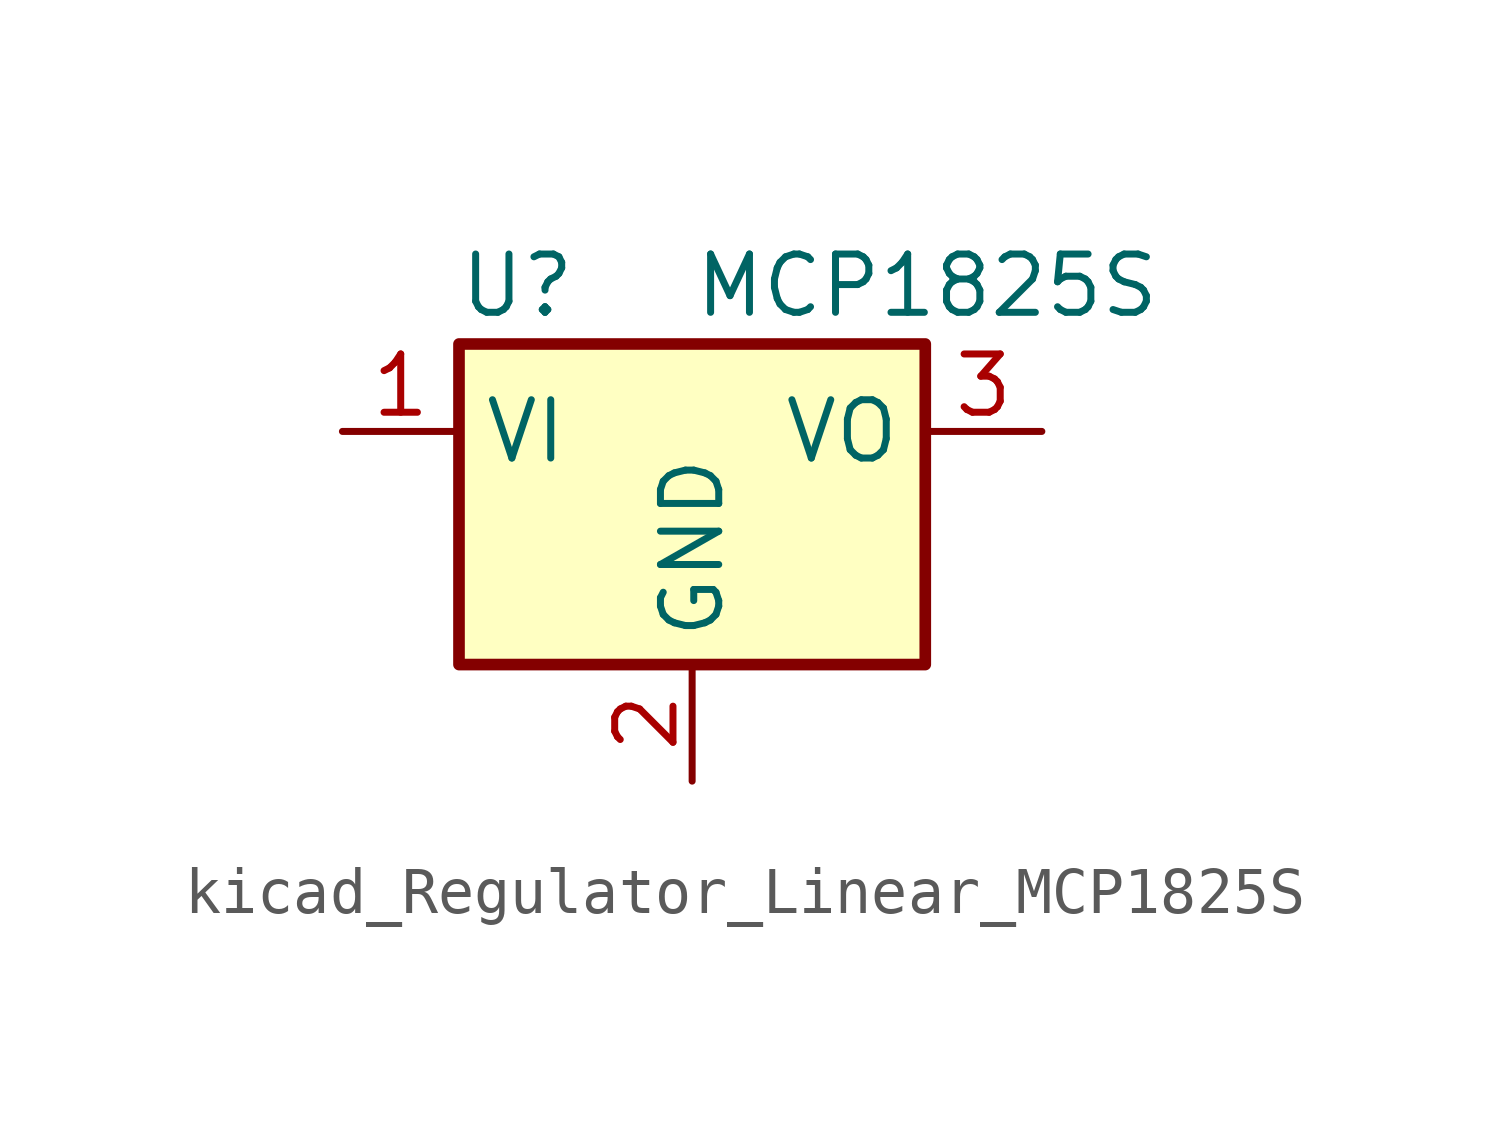
<source format=kicad_sym>
(kicad_symbol_lib
  (version 20220914)
  (generator kicad_symbol_editor)
  (symbol "kicad_Regulator_Linear_MCP1825S"
    (property "Reference" "U"
      (at -3.81 3.175 0)
      (effects (font (size 1.27 1.27))))
    (property "Value" "MCP1825S"
      (at 0 3.175 0)
      (effects (font (size 1.27 1.27)) (justify left)))
    (symbol "kicad_Regulator_Linear_MCP1825S_0_1"
      (rectangle (start -5.08 1.905) (end 5.08 -5.08) (stroke (width 0.254) (type default)) (fill (type background))))
    (symbol "kicad_Regulator_Linear_MCP1825S_1_1"
      (pin power_in line (at -7.62 0 0) (length 2.54) (name "VI" (effects (font (size 1.27 1.27)))) (number "1" (effects (font (size 1.27 1.27)))))
      (pin power_in line (at 0 -7.62 90) (length 2.54) (name "GND" (effects (font (size 1.27 1.27)))) (number "2" (effects (font (size 1.27 1.27)))))
      (pin power_out line (at 7.62 0 180) (length 2.54) (name "VO" (effects (font (size 1.27 1.27)))) (number "3" (effects (font (size 1.27 1.27))))))))
</source>
